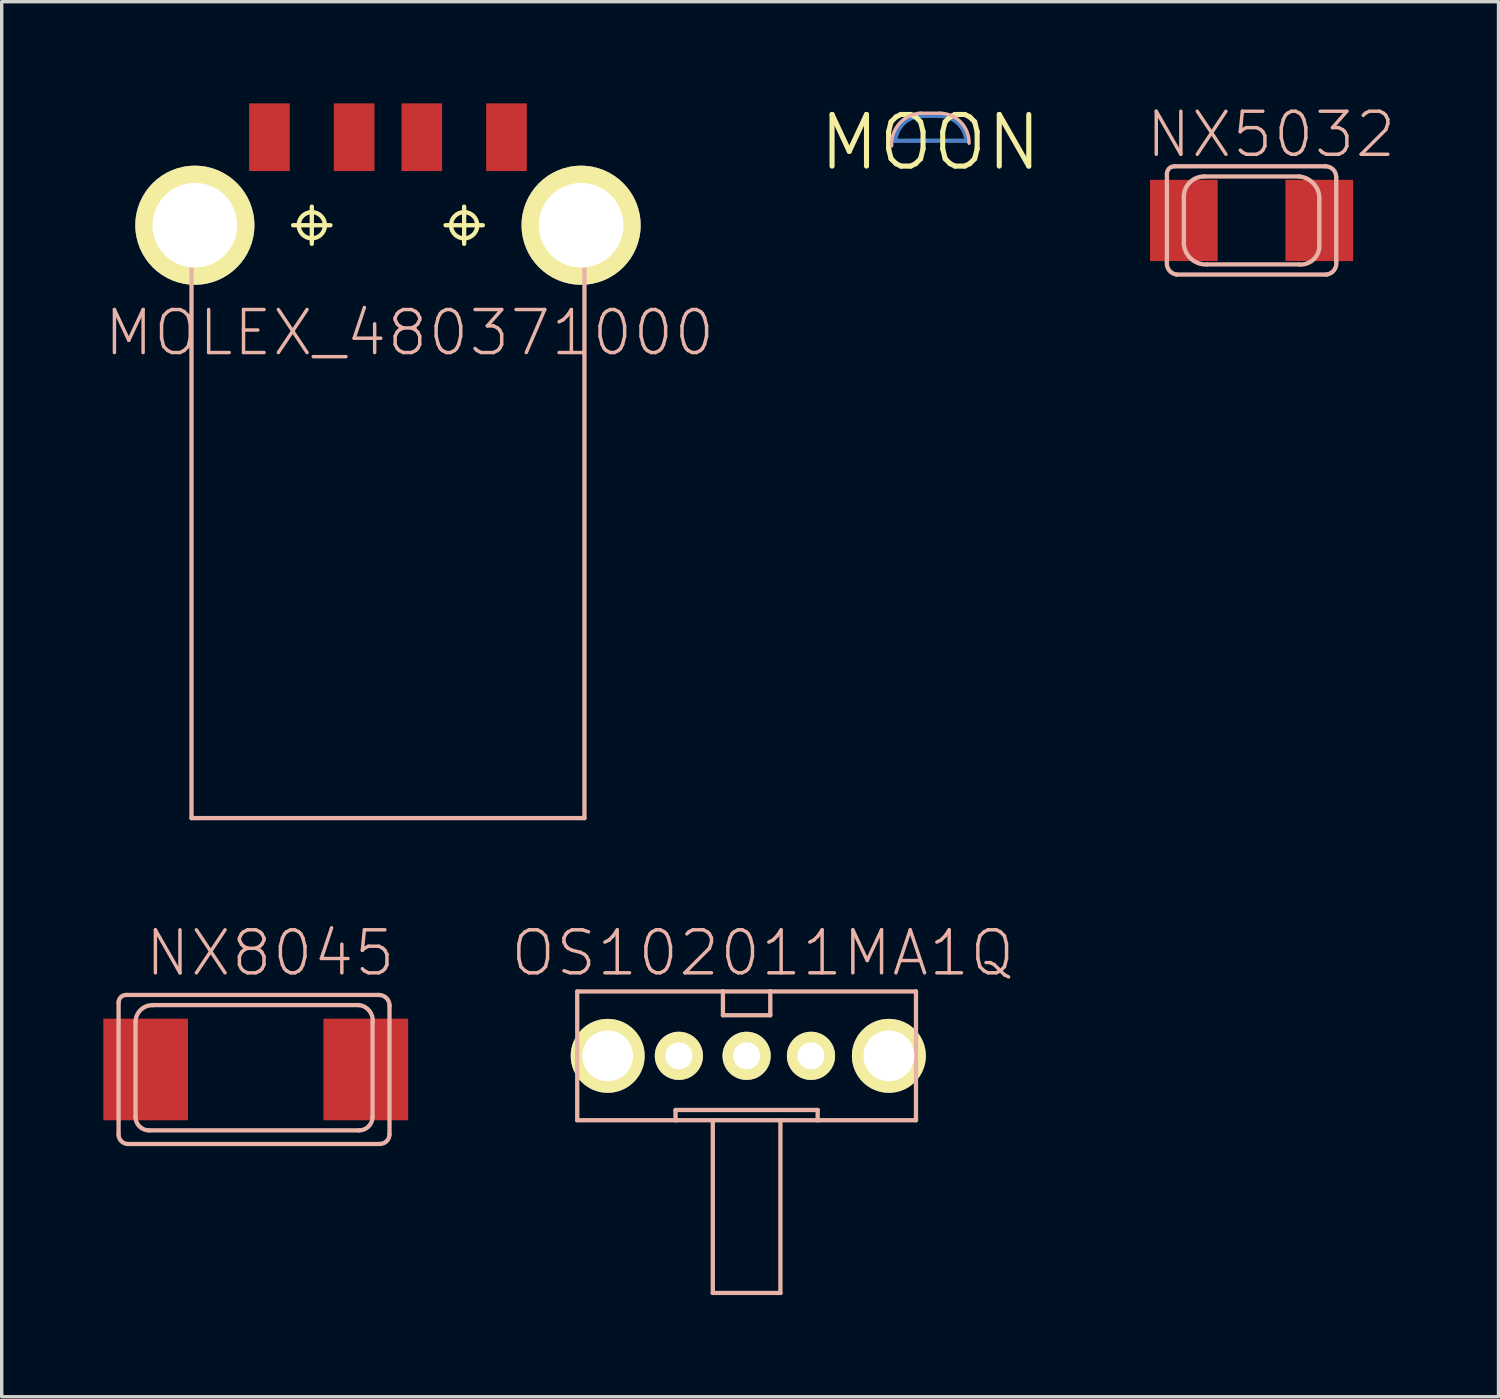
<source format=kicad_pcb>
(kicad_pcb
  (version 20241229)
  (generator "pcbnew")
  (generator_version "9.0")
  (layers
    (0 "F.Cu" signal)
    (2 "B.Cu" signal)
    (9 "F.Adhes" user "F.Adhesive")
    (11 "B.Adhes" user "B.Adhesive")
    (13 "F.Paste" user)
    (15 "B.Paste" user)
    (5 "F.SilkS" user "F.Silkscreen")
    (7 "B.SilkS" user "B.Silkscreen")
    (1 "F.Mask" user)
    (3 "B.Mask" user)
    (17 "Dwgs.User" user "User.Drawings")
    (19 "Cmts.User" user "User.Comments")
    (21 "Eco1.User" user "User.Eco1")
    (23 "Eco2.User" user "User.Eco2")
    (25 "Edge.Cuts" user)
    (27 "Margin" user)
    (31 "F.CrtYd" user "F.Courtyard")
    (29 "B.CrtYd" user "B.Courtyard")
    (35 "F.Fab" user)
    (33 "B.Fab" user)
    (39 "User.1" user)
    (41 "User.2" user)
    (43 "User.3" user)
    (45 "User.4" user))
  (footprint "NX5032"
    (layer "F.Cu")
    (at 33.89 3.456)
    (property "Reference" "NX5032" (at 0.574 -2.535 0) (layer "B.SilkS") (effects (font (size 1.27 1.27) (thickness 0.102))))
    (attr smd)
    (fp_line (start -2.499 1.217) (end -2.499 -1.374) (stroke (width 0.127) (type solid)) (layer "B.SilkS"))
    (fp_line (start -2.276 -1.598) (end 2.182 -1.598) (stroke (width 0.127) (type solid)) (layer "B.SilkS"))
    (fp_line (start -1.999 0.699) (end -1.999 -0.699) (stroke (width 0.127) (type solid)) (layer "B.SilkS"))
    (fp_line (start -1.4 -1.298) (end 1.4 -1.298) (stroke (width 0.127) (type solid)) (layer "B.SilkS"))
    (fp_line (start 1.4 1.298) (end -1.298 1.298) (stroke (width 0.127) (type solid)) (layer "B.SilkS"))
    (fp_line (start 1.999 -0.599) (end 1.999 0.798) (stroke (width 0.127) (type solid)) (layer "B.SilkS"))
    (fp_line (start 2.215 1.598) (end -2.215 1.598) (stroke (width 0.127) (type solid)) (layer "B.SilkS"))
    (fp_line (start 2.499 -1.283) (end 2.499 1.217) (stroke (width 0.127) (type solid)) (layer "B.SilkS"))
    (fp_arc (start -2.49936 -1.37414) (mid -2.433893 -1.532193) (end -2.27584 -1.59766) (stroke (width 0.127) (type solid)) (layer "B.SilkS"))
    (fp_arc (start -2.21488 1.59766) (mid -2.436028 1.466078) (end -2.49936 1.21666) (stroke (width 0.127) (type solid)) (layer "B.SilkS"))
    (fp_arc (start -1.99898 -0.6985) (mid -1.823408 -1.122368) (end -1.39954 -1.29794) (stroke (width 0.127) (type solid)) (layer "B.SilkS"))
    (fp_arc (start -1.29794 1.29794) (mid -1.772608 1.14341) (end -1.99898 0.6985) (stroke (width 0.127) (type solid)) (layer "B.SilkS"))
    (fp_arc (start 1.39954 -1.29794) (mid 1.84408 -1.072001) (end 1.999068 -0.598035) (stroke (width 0.127) (type solid)) (layer "B.SilkS"))
    (fp_arc (start 1.99898 0.79756) (mid 1.803418 1.173168) (end 1.39954 1.30048) (stroke (width 0.127) (type solid)) (layer "B.SilkS"))
    (fp_arc (start 2.18186 -1.59766) (mid 2.40457 -1.50541) (end 2.49682 -1.2827) (stroke (width 0.127) (type solid)) (layer "B.SilkS"))
    (fp_arc (start 2.49936 1.21666) (mid 2.436028 1.466078) (end 2.21488 1.59766) (stroke (width 0.127) (type solid)) (layer "B.SilkS"))
    (pad "P$1" smd rect (at 1.999 0) (size 1.999 2.398) (layers "F.Cu" "F.Mask" "F.Paste"))
    (pad "P$2" smd rect (at -1.999 0 180) (size 1.999 2.398) (layers "F.Cu" "F.Mask" "F.Paste")))
  (footprint "MOON"
    (layer "F.Cu")
    (at 24.411 1.155)
    (property "Reference" "MOON" (at 0 0 0) (layer "F.SilkS") (effects (font (size 1.524 1.524) (thickness 0.15))))
    (attr exclude_from_pos_files exclude_from_bom)
    (fp_line (start -1.041 -0.051) (end 1.067 -0.051) (stroke (width 0.127) (type solid)) (layer "B.Cu"))
    (fp_line (start -1.016 -0.203) (end -1.041 -0.051) (stroke (width 0.127) (type solid)) (layer "B.Cu"))
    (fp_line (start -0.96 -0.348) (end -1.016 -0.203) (stroke (width 0.127) (type solid)) (layer "B.Cu"))
    (fp_line (start -0.879 -0.478) (end -0.96 -0.348) (stroke (width 0.127) (type solid)) (layer "B.Cu"))
    (fp_line (start -0.775 -0.592) (end -0.879 -0.478) (stroke (width 0.127) (type solid)) (layer "B.Cu"))
    (fp_line (start -0.648 -0.681) (end -0.775 -0.592) (stroke (width 0.127) (type solid)) (layer "B.Cu"))
    (fp_line (start -0.508 -0.747) (end -0.648 -0.681) (stroke (width 0.127) (type solid)) (layer "B.Cu"))
    (fp_line (start -0.356 -0.78) (end -0.508 -0.747) (stroke (width 0.127) (type solid)) (layer "B.Cu"))
    (fp_line (start -0.203 -0.787) (end -0.356 -0.78) (stroke (width 0.127) (type solid)) (layer "B.Cu"))
    (fp_line (start 0.229 -0.787) (end -0.203 -0.787) (stroke (width 0.127) (type solid)) (layer "B.Cu"))
    (fp_line (start 0.381 -0.78) (end 0.229 -0.787) (stroke (width 0.127) (type solid)) (layer "B.Cu"))
    (fp_line (start 0.533 -0.747) (end 0.381 -0.78) (stroke (width 0.127) (type solid)) (layer "B.Cu"))
    (fp_line (start 0.673 -0.681) (end 0.533 -0.747) (stroke (width 0.127) (type solid)) (layer "B.Cu"))
    (fp_line (start 0.8 -0.592) (end 0.673 -0.681) (stroke (width 0.127) (type solid)) (layer "B.Cu"))
    (fp_line (start 0.904 -0.478) (end 0.8 -0.592) (stroke (width 0.127) (type solid)) (layer "B.Cu"))
    (fp_line (start 0.986 -0.348) (end 0.904 -0.478) (stroke (width 0.127) (type solid)) (layer "B.Cu"))
    (fp_line (start 1.041 -0.203) (end 0.986 -0.348) (stroke (width 0.127) (type solid)) (layer "B.Cu"))
    (fp_line (start 1.067 -0.051) (end 1.041 -0.203) (stroke (width 0.127) (type solid)) (layer "B.Cu"))
    (fp_line (start -0.292 -0.864) (end 0.292 -0.864) (stroke (width 0.1) (type solid)) (layer "B.SilkS"))
    (fp_arc (start -1.143 0.1016) (mid -0.917976 -0.558497) (end -0.2921 -0.86614) (stroke (width 0.1) (type solid)) (layer "B.SilkS"))
    (fp_arc (start 0.2921 -0.8636) (mid 0.899874 -0.595349) (end 1.140494 0.023884) (stroke (width 0.1) (type solid)) (layer "B.SilkS")))
  (footprint "OS102011MA1Q"
    (layer "F.Cu")
    (at 18.986 28.113)
    (property "Reference" "OS102011MA1Q" (at 0.475 -3.033 0) (layer "B.SilkS") (effects (font (size 1.27 1.27) (thickness 0.102))))
    (attr exclude_from_pos_files exclude_from_bom)
    (fp_line (start -4.999 -1.9) (end -0.699 -1.9) (stroke (width 0.127) (type solid)) (layer "B.SilkS"))
    (fp_line (start -4.999 1.9) (end -4.999 -1.9) (stroke (width 0.127) (type solid)) (layer "B.SilkS"))
    (fp_line (start -2.098 1.598) (end 2.098 1.598) (stroke (width 0.127) (type solid)) (layer "B.SilkS"))
    (fp_line (start -2.098 1.9) (end -4.999 1.9) (stroke (width 0.127) (type solid)) (layer "B.SilkS"))
    (fp_line (start -2.098 1.9) (end -2.098 1.598) (stroke (width 0.127) (type solid)) (layer "B.SilkS"))
    (fp_line (start -0.998 1.9) (end -2.098 1.9) (stroke (width 0.127) (type solid)) (layer "B.SilkS"))
    (fp_line (start -0.998 1.9) (end -0.998 6.998) (stroke (width 0.127) (type solid)) (layer "B.SilkS"))
    (fp_line (start -0.998 6.998) (end 0.998 6.998) (stroke (width 0.127) (type solid)) (layer "B.SilkS"))
    (fp_line (start -0.699 -1.9) (end -0.699 -1.199) (stroke (width 0.127) (type solid)) (layer "B.SilkS"))
    (fp_line (start -0.699 -1.9) (end 0.699 -1.9) (stroke (width 0.127) (type solid)) (layer "B.SilkS"))
    (fp_line (start -0.699 -1.199) (end 0.699 -1.199) (stroke (width 0.127) (type solid)) (layer "B.SilkS"))
    (fp_line (start 0.699 -1.9) (end 4.999 -1.9) (stroke (width 0.127) (type solid)) (layer "B.SilkS"))
    (fp_line (start 0.699 -1.199) (end 0.699 -1.9) (stroke (width 0.127) (type solid)) (layer "B.SilkS"))
    (fp_line (start 0.998 1.9) (end -0.998 1.9) (stroke (width 0.127) (type solid)) (layer "B.SilkS"))
    (fp_line (start 0.998 6.998) (end 0.998 1.9) (stroke (width 0.127) (type solid)) (layer "B.SilkS"))
    (fp_line (start 2.098 1.598) (end 2.098 1.9) (stroke (width 0.127) (type solid)) (layer "B.SilkS"))
    (fp_line (start 2.098 1.9) (end 0.998 1.9) (stroke (width 0.127) (type solid)) (layer "B.SilkS"))
    (fp_line (start 4.999 -1.9) (end 4.999 1.9) (stroke (width 0.127) (type solid)) (layer "B.SilkS"))
    (fp_line (start 4.999 1.9) (end 2.098 1.9) (stroke (width 0.127) (type solid)) (layer "B.SilkS"))
    (pad "1" thru_hole circle (at -1.999 0) (size 1.422 1.422) (drill 0.798) (layers "*.Cu" "F.Mask" "F.SilkS" "F.Paste"))
    (pad "2" thru_hole circle (at 0 0) (size 1.422 1.422) (drill 0.798) (layers "*.Cu" "F.Mask" "F.SilkS" "F.Paste"))
    (pad "3" thru_hole circle (at 1.9 0) (size 1.422 1.422) (drill 0.798) (layers "*.Cu" "F.Mask" "F.SilkS" "F.Paste"))
    (pad "MT1" thru_hole circle (at -4.1 0) (size 2.182 2.182) (drill 1.499) (layers "*.Cu" "F.Mask" "F.SilkS" "F.Paste"))
    (pad "MT2" thru_hole circle (at 4.199 0) (size 2.182 2.182) (drill 1.499) (layers "*.Cu" "F.Mask" "F.SilkS" "F.Paste")))
  (footprint "MOLEX_480371000"
    (layer "F.Cu")
    (at 8.401 3.598)
    (property "Reference" "MOLEX_480371000" (at 0.635 3.175 0) (layer "B.SilkS") (effects (font (size 1.27 1.27) (thickness 0.102))))
    (attr smd)
    (fp_line (start -2.799 0) (end -1.699 0) (stroke (width 0.127) (type solid)) (layer "F.SilkS"))
    (fp_line (start -2.248 0.549) (end -2.248 -0.549) (stroke (width 0.127) (type solid)) (layer "F.SilkS"))
    (fp_line (start 1.699 0) (end 2.799 0) (stroke (width 0.127) (type solid)) (layer "F.SilkS"))
    (fp_line (start 2.248 0.549) (end 2.248 -0.549) (stroke (width 0.127) (type solid)) (layer "F.SilkS"))
    (fp_circle (center -2.248 0) (end -2.522 0.274) (stroke (width 0.127) (type solid)) (fill no) (layer "F.SilkS"))
    (fp_circle (center 2.248 0) (end 2.522 0.274) (stroke (width 0.127) (type solid)) (fill no) (layer "F.SilkS"))
    (fp_line (start -5.799 17.498) (end -5.799 0) (stroke (width 0.127) (type solid)) (layer "B.SilkS"))
    (fp_line (start 5.799 0) (end 5.799 17.498) (stroke (width 0.127) (type solid)) (layer "B.SilkS"))
    (fp_line (start 5.799 17.498) (end -5.799 17.498) (stroke (width 0.127) (type solid)) (layer "B.SilkS"))
    (pad "1" smd rect (at 3.498 -2.598) (size 1.199 1.999) (layers "F.Cu" "F.Mask" "F.Paste"))
    (pad "2" smd rect (at 0.998 -2.598) (size 1.199 1.999) (layers "F.Cu" "F.Mask" "F.Paste"))
    (pad "3" smd rect (at -0.998 -2.598) (size 1.199 1.999) (layers "F.Cu" "F.Mask" "F.Paste"))
    (pad "4" smd rect (at -3.498 -2.598) (size 1.199 1.999) (layers "F.Cu" "F.Mask" "F.Paste"))
    (pad "M1" thru_hole circle (at -5.7 0) (size 3.515 3.515) (drill 2.499) (layers "*.Cu" "F.Mask" "F.SilkS" "F.Paste"))
    (pad "M2" thru_hole circle (at 5.7 0) (size 3.515 3.515) (drill 2.499) (layers "*.Cu" "F.Mask" "F.SilkS" "F.Paste")))
  (footprint "NX8045"
    (layer "F.Cu")
    (at 4.448 28.515)
    (property "Reference" "NX8045" (at 0.475 -3.434 0) (layer "B.SilkS") (effects (font (size 1.27 1.27) (thickness 0.102))))
    (attr smd)
    (fp_line (start -3.998 1.915) (end -3.998 -1.976) (stroke (width 0.127) (type solid)) (layer "B.SilkS"))
    (fp_line (start -3.774 -2.2) (end 3.683 -2.2) (stroke (width 0.127) (type solid)) (layer "B.SilkS"))
    (fp_line (start -3.498 1.4) (end -3.498 -1.4) (stroke (width 0.127) (type solid)) (layer "B.SilkS"))
    (fp_line (start -3 -1.9) (end 3.099 -1.9) (stroke (width 0.127) (type solid)) (layer "B.SilkS"))
    (fp_line (start 3.099 1.798) (end -3.099 1.798) (stroke (width 0.127) (type solid)) (layer "B.SilkS"))
    (fp_line (start 3.498 -1.4) (end 3.498 1.4) (stroke (width 0.127) (type solid)) (layer "B.SilkS"))
    (fp_line (start 3.716 2.2) (end -3.716 2.2) (stroke (width 0.127) (type solid)) (layer "B.SilkS"))
    (fp_line (start 3.998 -1.882) (end 3.998 1.915) (stroke (width 0.127) (type solid)) (layer "B.SilkS"))
    (fp_arc (start -3.99796 -1.97612) (mid -3.932493 -2.134173) (end -3.77444 -2.19964) (stroke (width 0.127) (type solid)) (layer "B.SilkS"))
    (fp_arc (start -3.71602 2.19964) (mid -3.917178 2.116318) (end -4.0005 1.91516) (stroke (width 0.127) (type solid)) (layer "B.SilkS"))
    (fp_arc (start -3.49758 -1.39954) (mid -3.351766 -1.751566) (end -2.99974 -1.89738) (stroke (width 0.127) (type solid)) (layer "B.SilkS"))
    (fp_arc (start -3.0988 1.79832) (mid -3.38078 1.68152) (end -3.49758 1.39954) (stroke (width 0.127) (type solid)) (layer "B.SilkS"))
    (fp_arc (start 3.0988 -1.89992) (mid 3.403618 -1.731576) (end 3.50012 -1.397) (stroke (width 0.127) (type solid)) (layer "B.SilkS"))
    (fp_arc (start 3.49758 1.39954) (mid 3.38078 1.68152) (end 3.0988 1.79832) (stroke (width 0.127) (type solid)) (layer "B.SilkS"))
    (fp_arc (start 3.683 -2.19964) (mid 3.907506 -2.106646) (end 4.0005 -1.88214) (stroke (width 0.127) (type solid)) (layer "B.SilkS"))
    (fp_arc (start 3.99796 1.91516) (mid 3.915382 2.114522) (end 3.71602 2.1971) (stroke (width 0.127) (type solid)) (layer "B.SilkS"))
    (pad "P$1" smd rect (at 3.299 0 90) (size 3 2.499) (layers "F.Cu" "F.Mask" "F.Paste"))
    (pad "P$2" smd rect (at -3.198 0 90) (size 3 2.499) (layers "F.Cu" "F.Mask" "F.Paste")))
  (gr_rect
    (start -3 -3)
    (end 41.178 38.175)
    (stroke (width 0.1) (type default))
    (fill no)
    (layer "Edge.Cuts")))
</source>
